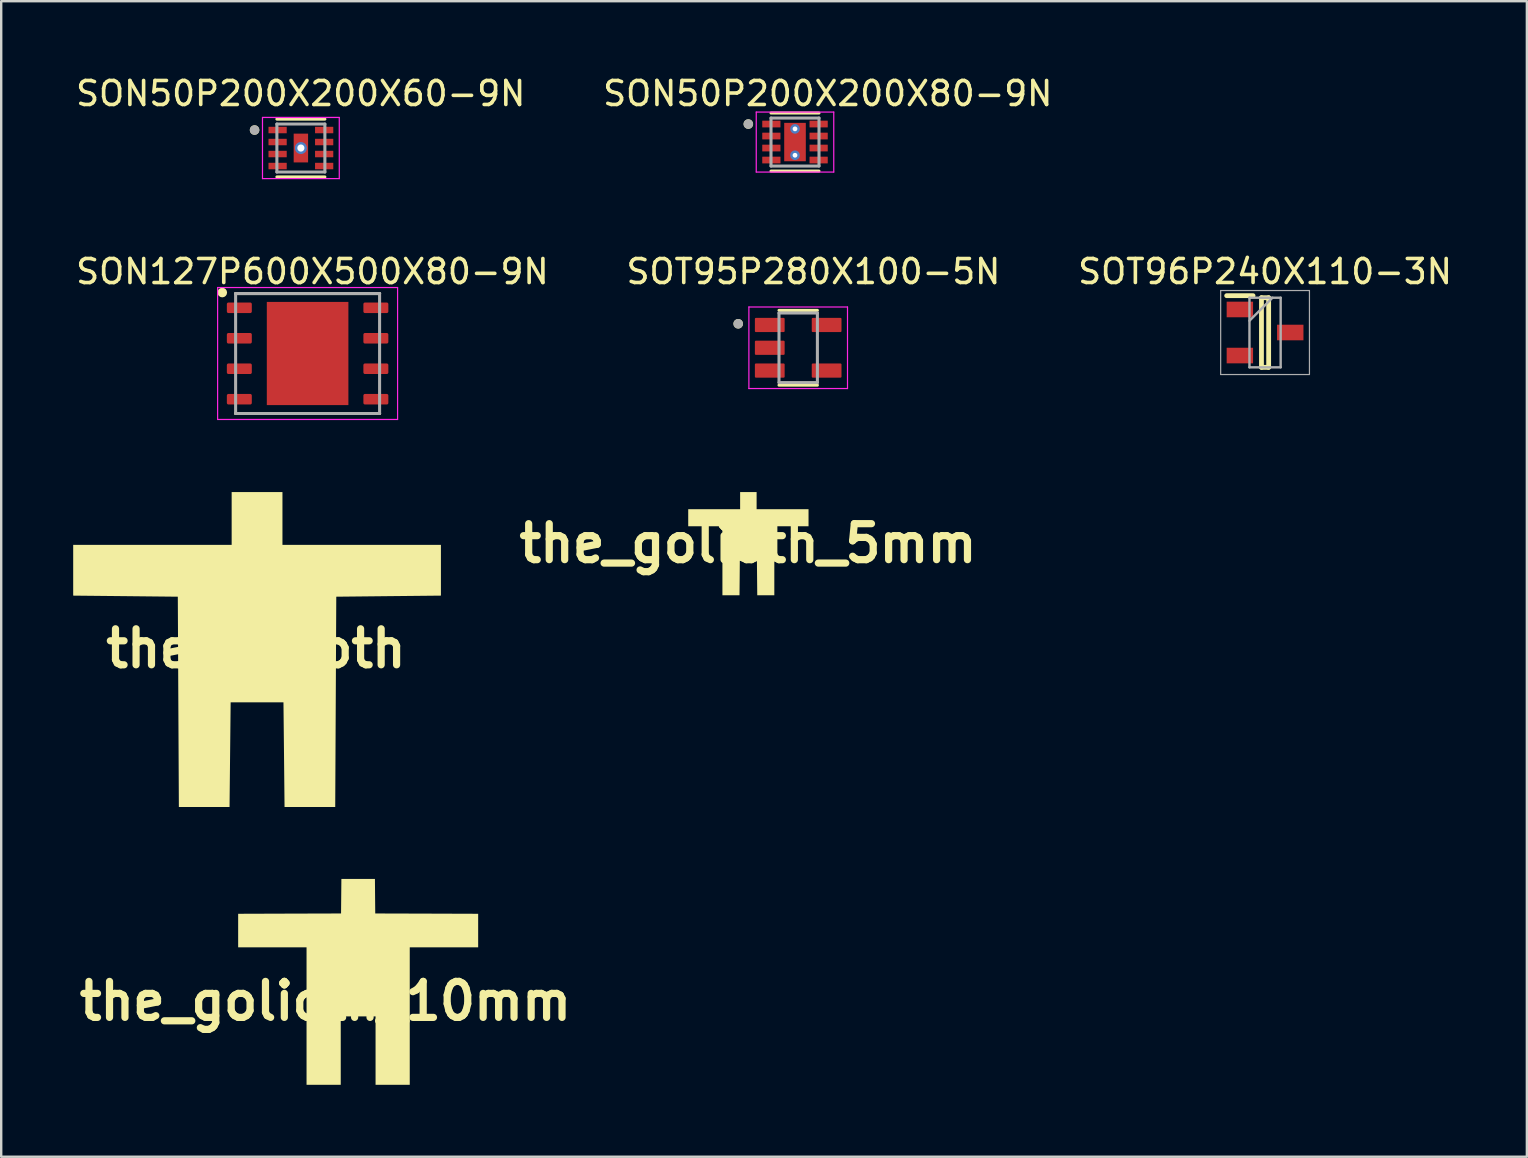
<source format=kicad_pcb>
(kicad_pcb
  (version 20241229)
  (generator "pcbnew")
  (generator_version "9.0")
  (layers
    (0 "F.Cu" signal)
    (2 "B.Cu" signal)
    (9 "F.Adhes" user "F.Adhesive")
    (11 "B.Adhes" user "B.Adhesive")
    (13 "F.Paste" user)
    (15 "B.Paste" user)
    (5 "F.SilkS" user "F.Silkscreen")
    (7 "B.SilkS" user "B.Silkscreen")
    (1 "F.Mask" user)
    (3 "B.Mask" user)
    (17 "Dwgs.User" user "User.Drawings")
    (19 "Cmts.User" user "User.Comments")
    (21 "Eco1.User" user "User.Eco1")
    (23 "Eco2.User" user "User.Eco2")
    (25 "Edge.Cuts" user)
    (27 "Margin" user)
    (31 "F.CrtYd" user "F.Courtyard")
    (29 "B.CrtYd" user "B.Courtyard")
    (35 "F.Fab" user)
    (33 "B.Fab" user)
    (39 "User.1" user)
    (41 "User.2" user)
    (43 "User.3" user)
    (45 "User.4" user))
  (footprint "the_golioth"
    (layer "F.Cu")
    (at 7.62 23.976)
    (property "Reference" "the_golioth" (at 0 0 0) (layer "F.SilkS") (effects (font (size 1.5 1.5) (thickness 0.3))))
    (attr board_only exclude_from_pos_files exclude_from_bom)
    (fp_poly (pts (xy 1.101 -5.419) (xy 1.101 -4.318) (xy 4.403 -4.318) (xy 7.705 -4.318) (xy 7.705 -3.261) (xy 7.705 -2.204) (xy 5.524 -2.182) (xy 3.344 -2.159) (xy 3.322 2.223) (xy 3.3 6.604) (xy 2.244 6.604) (xy 1.188 6.604) (xy 1.166 4.424) (xy 1.143 2.244) (xy 0.042 2.244) (xy -1.058 2.244) (xy -1.081 4.424) (xy -1.104 6.604) (xy -2.16 6.604) (xy -3.216 6.604) (xy -3.238 2.223) (xy -3.26 -2.159) (xy -5.44 -2.182) (xy -7.62 -2.204) (xy -7.62 -3.261) (xy -7.62 -4.318) (xy -4.318 -4.318) (xy -1.016 -4.318) (xy -1.016 -5.419) (xy -1.016 -6.519) (xy 0.042 -6.519) (xy 1.101 -6.519)) (stroke (width 0) (type solid)) (fill yes) (layer "F.SilkS")))
  (footprint "SON50P200X200X80-9N"
    (layer "F.Cu")
    (at 30.081 2.87)
    (property "Reference" "SON50P200X200X80-9N" (at 1.365 -2.022 0) (layer "F.SilkS") (effects (font (size 1 1) (thickness 0.15))))
    (attr smd)
    (fp_line (start -1 -1.21) (end 1 -1.21) (stroke (width 0.127) (type solid)) (layer "F.SilkS"))
    (fp_line (start -1 1.21) (end 1 1.21) (stroke (width 0.127) (type solid)) (layer "F.SilkS"))
    (fp_circle (center -1.945 -0.75) (end -1.845 -0.75) (stroke (width 0.2) (type solid)) (fill no) (layer "F.SilkS"))
    (fp_poly (pts (xy -0.45 -0.8) (xy 0.45 -0.8) (xy 0.45 -0.1) (xy -0.45 -0.1)) (stroke (width 0.01) (type solid)) (fill yes) (layer "F.Paste"))
    (fp_poly (pts (xy -0.45 0.1) (xy 0.45 0.1) (xy 0.45 0.8) (xy -0.45 0.8)) (stroke (width 0.01) (type solid)) (fill yes) (layer "F.Paste"))
    (fp_line (start -1.615 -1.25) (end -1.615 1.25) (stroke (width 0.05) (type solid)) (layer "F.CrtYd"))
    (fp_line (start -1.615 -1.25) (end 1.615 -1.25) (stroke (width 0.05) (type solid)) (layer "F.CrtYd"))
    (fp_line (start -1.615 1.25) (end 1.615 1.25) (stroke (width 0.05) (type solid)) (layer "F.CrtYd"))
    (fp_line (start 1.615 -1.25) (end 1.615 1.25) (stroke (width 0.05) (type solid)) (layer "F.CrtYd"))
    (fp_line (start -1 -1) (end -1 1) (stroke (width 0.127) (type solid)) (layer "F.Fab"))
    (fp_line (start -1 -1) (end 1 -1) (stroke (width 0.127) (type solid)) (layer "F.Fab"))
    (fp_line (start -1 1) (end 1 1) (stroke (width 0.127) (type solid)) (layer "F.Fab"))
    (fp_line (start 1 -1) (end 1 1) (stroke (width 0.127) (type solid)) (layer "F.Fab"))
    (fp_circle (center -1.945 -0.75) (end -1.845 -0.75) (stroke (width 0.2) (type solid)) (fill no) (layer "F.Fab"))
    (pad "1" smd roundrect (at -0.985 -0.75) (size 0.76 0.28) (layers "F.Cu" "F.Mask" "F.Paste") (roundrect_rratio 0.04))
    (pad "2" smd roundrect (at -0.985 -0.25) (size 0.76 0.28) (layers "F.Cu" "F.Mask" "F.Paste") (roundrect_rratio 0.04))
    (pad "3" smd roundrect (at -0.985 0.25) (size 0.76 0.28) (layers "F.Cu" "F.Mask" "F.Paste") (roundrect_rratio 0.04))
    (pad "4" smd roundrect (at -0.985 0.75) (size 0.76 0.28) (layers "F.Cu" "F.Mask" "F.Paste") (roundrect_rratio 0.04))
    (pad "5" smd roundrect (at 0.985 0.75) (size 0.76 0.28) (layers "F.Cu" "F.Mask" "F.Paste") (roundrect_rratio 0.04))
    (pad "6" smd roundrect (at 0.985 0.25) (size 0.76 0.28) (layers "F.Cu" "F.Mask" "F.Paste") (roundrect_rratio 0.04))
    (pad "7" smd roundrect (at 0.985 -0.25) (size 0.76 0.28) (layers "F.Cu" "F.Mask" "F.Paste") (roundrect_rratio 0.04))
    (pad "8" smd roundrect (at 0.985 -0.75) (size 0.76 0.28) (layers "F.Cu" "F.Mask" "F.Paste") (roundrect_rratio 0.04))
    (pad "9" smd rect (at 0 0) (size 0.9 1.6) (layers "F.Cu" "F.Mask"))
    (pad "10" thru_hole circle (at 0 -0.55) (size 0.4 0.4) (drill 0.2) (layers "*.Cu"))
    (pad "11" thru_hole circle (at 0 0.55) (size 0.4 0.4) (drill 0.2) (layers "*.Cu")))
  (footprint "the_golioth_10mm"
    (layer "F.Cu")
    (at 10.514 38.67)
    (property "Reference" "the_golioth_10mm" (at 0 0 0) (layer "F.SilkS") (effects (font (size 1.5 1.5) (thickness 0.3))))
    (attr board_only exclude_from_pos_files exclude_from_bom)
    (fp_poly (pts (xy 2.067 -4.371) (xy 2.074 -3.652) (xy 4.218 -3.646) (xy 6.363 -3.639) (xy 6.363 -2.939) (xy 6.363 -2.24) (xy 4.937 -2.24) (xy 3.512 -2.24) (xy 3.512 0.624) (xy 3.512 3.487) (xy 2.8 3.487) (xy 2.087 3.487) (xy 2.087 2.062) (xy 2.087 0.636) (xy 1.362 0.636) (xy 0.636 0.636) (xy 0.636 2.062) (xy 0.636 3.487) (xy -0.076 3.487) (xy -0.789 3.487) (xy -0.789 0.624) (xy -0.789 -2.24) (xy -2.214 -2.24) (xy -3.639 -2.24) (xy -3.639 -2.939) (xy -3.639 -3.639) (xy -1.495 -3.646) (xy 0.649 -3.652) (xy 0.656 -4.371) (xy 0.663 -5.09) (xy 1.362 -5.09) (xy 2.061 -5.09)) (stroke (width 0) (type solid)) (fill yes) (layer "F.SilkS")))
  (footprint "SOT96P240X110-3N"
    (layer "F.Cu")
    (at 49.67 10.807)
    (property "Reference" "SOT96P240X110-3N" (at 0 -2.54 0) (layer "F.SilkS") (effects (font (size 1 1) (thickness 0.15))))
    (attr smd)
    (fp_line (start -1.6 -1.535) (end -0.5 -1.535) (stroke (width 0.2) (type solid)) (layer "F.SilkS"))
    (fp_line (start -0.15 -1.45) (end 0.15 -1.45) (stroke (width 0.2) (type solid)) (layer "F.SilkS"))
    (fp_line (start -0.15 1.45) (end -0.15 -1.45) (stroke (width 0.2) (type solid)) (layer "F.SilkS"))
    (fp_line (start 0.15 -1.45) (end 0.15 1.45) (stroke (width 0.2) (type solid)) (layer "F.SilkS"))
    (fp_line (start 0.15 1.45) (end -0.15 1.45) (stroke (width 0.2) (type solid)) (layer "F.SilkS"))
    (fp_line (start -1.85 -1.75) (end 1.85 -1.75) (stroke (width 0.05) (type solid)) (layer "F.Fab"))
    (fp_line (start -1.85 1.75) (end -1.85 -1.75) (stroke (width 0.05) (type solid)) (layer "F.Fab"))
    (fp_line (start -0.65 -1.45) (end 0.65 -1.45) (stroke (width 0.1) (type solid)) (layer "F.Fab"))
    (fp_line (start -0.65 -0.49) (end 0.31 -1.45) (stroke (width 0.1) (type solid)) (layer "F.Fab"))
    (fp_line (start -0.65 1.45) (end -0.65 -1.45) (stroke (width 0.1) (type solid)) (layer "F.Fab"))
    (fp_line (start 0.65 -1.45) (end 0.65 1.45) (stroke (width 0.1) (type solid)) (layer "F.Fab"))
    (fp_line (start 0.65 1.45) (end -0.65 1.45) (stroke (width 0.1) (type solid)) (layer "F.Fab"))
    (fp_line (start 1.85 -1.75) (end 1.85 1.75) (stroke (width 0.05) (type solid)) (layer "F.Fab"))
    (fp_line (start 1.85 1.75) (end -1.85 1.75) (stroke (width 0.05) (type solid)) (layer "F.Fab"))
    (pad "1" smd rect (at -1.05 -0.96) (size 1.1 0.65) (layers "F.Cu" "F.Mask" "F.Paste"))
    (pad "2" smd rect (at -1.05 0.96) (size 1.1 0.65) (layers "F.Cu" "F.Mask" "F.Paste"))
    (pad "3" smd rect (at 1.05 0) (size 1.1 0.65) (layers "F.Cu" "F.Mask" "F.Paste")))
  (footprint "SON127P600X500X80-9N"
    (layer "F.Cu")
    (at 9.769 11.682)
    (property "Reference" "SON127P600X500X80-9N" (at 0.2 -3.414 0) (layer "F.SilkS") (effects (font (size 1.001 1.001) (thickness 0.15))))
    (attr smd)
    (fp_line (start -3 -2.5) (end 3 -2.5) (stroke (width 0.127) (type solid)) (layer "F.SilkS"))
    (fp_line (start -3 2.5) (end 3 2.5) (stroke (width 0.127) (type solid)) (layer "F.SilkS"))
    (fp_circle (center -3.556 -2.54) (end -3.456 -2.54) (stroke (width 0.2) (type solid)) (fill no) (layer "F.SilkS"))
    (fp_poly (pts (xy -1.076 -1.36) (xy 1.075 -1.36) (xy 1.075 1.361) (xy -1.076 1.361)) (stroke (width 0.01) (type solid)) (fill yes) (layer "F.Paste"))
    (fp_line (start -3.75 -2.75) (end 3.75 -2.75) (stroke (width 0.05) (type solid)) (layer "F.CrtYd"))
    (fp_line (start -3.75 2.75) (end -3.75 -2.75) (stroke (width 0.05) (type solid)) (layer "F.CrtYd"))
    (fp_line (start 3.75 -2.75) (end 3.75 2.75) (stroke (width 0.05) (type solid)) (layer "F.CrtYd"))
    (fp_line (start 3.75 2.75) (end -3.75 2.75) (stroke (width 0.05) (type solid)) (layer "F.CrtYd"))
    (fp_line (start -3 -2.5) (end 3 -2.5) (stroke (width 0.127) (type solid)) (layer "F.Fab"))
    (fp_line (start -3 2.5) (end -3 -2.5) (stroke (width 0.127) (type solid)) (layer "F.Fab"))
    (fp_line (start 3 -2.5) (end 3 2.5) (stroke (width 0.127) (type solid)) (layer "F.Fab"))
    (fp_line (start 3 2.5) (end -3 2.5) (stroke (width 0.127) (type solid)) (layer "F.Fab"))
    (pad "1" smd roundrect (at -2.845 -1.905) (size 1.04 0.44) (layers "F.Cu" "F.Mask" "F.Paste") (roundrect_rratio 0.15))
    (pad "2" smd roundrect (at -2.845 -0.635) (size 1.04 0.44) (layers "F.Cu" "F.Mask" "F.Paste") (roundrect_rratio 0.15))
    (pad "3" smd roundrect (at -2.845 0.635) (size 1.04 0.44) (layers "F.Cu" "F.Mask" "F.Paste") (roundrect_rratio 0.15))
    (pad "4" smd roundrect (at -2.845 1.905) (size 1.04 0.44) (layers "F.Cu" "F.Mask" "F.Paste") (roundrect_rratio 0.15))
    (pad "5" smd roundrect (at 2.845 1.905) (size 1.04 0.44) (layers "F.Cu" "F.Mask" "F.Paste") (roundrect_rratio 0.15))
    (pad "6" smd roundrect (at 2.845 0.635) (size 1.04 0.44) (layers "F.Cu" "F.Mask" "F.Paste") (roundrect_rratio 0.15))
    (pad "7" smd roundrect (at 2.845 -0.635) (size 1.04 0.44) (layers "F.Cu" "F.Mask" "F.Paste") (roundrect_rratio 0.15))
    (pad "8" smd roundrect (at 2.845 -1.905) (size 1.04 0.44) (layers "F.Cu" "F.Mask" "F.Paste") (roundrect_rratio 0.15))
    (pad "9" smd rect (at 0 0) (size 3.4 4.3) (layers "F.Cu" "F.Mask")))
  (footprint "SON50P200X200X60-9N"
    (layer "F.Cu")
    (at 9.489 3.119)
    (property "Reference" "SON50P200X200X60-9N" (at -0.007 -2.271 0) (layer "F.SilkS") (effects (font (size 1 1) (thickness 0.15))))
    (attr smd)
    (fp_line (start -1 -1.205) (end 1 -1.205) (stroke (width 0.127) (type solid)) (layer "F.SilkS"))
    (fp_line (start -1 1.205) (end 1 1.205) (stroke (width 0.127) (type solid)) (layer "F.SilkS"))
    (fp_circle (center -1.93 -0.75) (end -1.83 -0.75) (stroke (width 0.2) (type solid)) (fill no) (layer "F.SilkS"))
    (fp_poly (pts (xy -0.2 -0.45) (xy 0.2 -0.45) (xy 0.2 0.45) (xy -0.2 0.45)) (stroke (width 0.01) (type solid)) (fill yes) (layer "F.Paste"))
    (fp_line (start -1.6 -1.275) (end -1.6 1.275) (stroke (width 0.05) (type solid)) (layer "F.CrtYd"))
    (fp_line (start -1.6 -1.275) (end 1.6 -1.275) (stroke (width 0.05) (type solid)) (layer "F.CrtYd"))
    (fp_line (start -1.6 1.275) (end 1.6 1.275) (stroke (width 0.05) (type solid)) (layer "F.CrtYd"))
    (fp_line (start 1.6 -1.275) (end 1.6 1.275) (stroke (width 0.05) (type solid)) (layer "F.CrtYd"))
    (fp_line (start -1 -1) (end -1 1) (stroke (width 0.127) (type solid)) (layer "F.Fab"))
    (fp_line (start -1 -1) (end 1 -1) (stroke (width 0.127) (type solid)) (layer "F.Fab"))
    (fp_line (start -1 1) (end 1 1) (stroke (width 0.127) (type solid)) (layer "F.Fab"))
    (fp_line (start 1 -1) (end 1 1) (stroke (width 0.127) (type solid)) (layer "F.Fab"))
    (fp_circle (center -1.93 -0.75) (end -1.83 -0.75) (stroke (width 0.2) (type solid)) (fill no) (layer "F.Fab"))
    (pad "1" smd roundrect (at -0.97 -0.75) (size 0.76 0.27) (layers "F.Cu" "F.Mask" "F.Paste") (roundrect_rratio 0.03))
    (pad "2" smd roundrect (at -0.97 -0.25) (size 0.76 0.27) (layers "F.Cu" "F.Mask" "F.Paste") (roundrect_rratio 0.03))
    (pad "3" smd roundrect (at -0.97 0.25) (size 0.76 0.27) (layers "F.Cu" "F.Mask" "F.Paste") (roundrect_rratio 0.03))
    (pad "4" smd roundrect (at -0.97 0.75) (size 0.76 0.27) (layers "F.Cu" "F.Mask" "F.Paste") (roundrect_rratio 0.03))
    (pad "5" smd roundrect (at 0.97 0.75) (size 0.76 0.27) (layers "F.Cu" "F.Mask" "F.Paste") (roundrect_rratio 0.03))
    (pad "6" smd roundrect (at 0.97 0.25) (size 0.76 0.27) (layers "F.Cu" "F.Mask" "F.Paste") (roundrect_rratio 0.03))
    (pad "7" smd roundrect (at 0.97 -0.25) (size 0.76 0.27) (layers "F.Cu" "F.Mask" "F.Paste") (roundrect_rratio 0.03))
    (pad "8" smd roundrect (at 0.97 -0.75) (size 0.76 0.27) (layers "F.Cu" "F.Mask" "F.Paste") (roundrect_rratio 0.03))
    (pad "9" smd rect (at 0 0) (size 0.6 1.2) (layers "F.Cu" "F.Mask"))
    (pad "10" thru_hole circle (at 0 0) (size 0.5 0.5) (drill 0.3) (layers "*.Cu")))
  (footprint "SOT95P280X100-5N"
    (layer "F.Cu")
    (at 30.214 11.443)
    (property "Reference" "SOT95P280X100-5N" (at 0.635 -3.175 0) (layer "F.SilkS") (effects (font (size 1 1) (thickness 0.15))))
    (attr smd)
    (fp_line (start -0.8 1.558) (end 0.8 1.558) (stroke (width 0.127) (type solid)) (layer "F.SilkS"))
    (fp_line (start 0.8 -1.558) (end -0.8 -1.558) (stroke (width 0.127) (type solid)) (layer "F.SilkS"))
    (fp_circle (center -2.5 -1) (end -2.4 -1) (stroke (width 0.2) (type solid)) (fill no) (layer "F.SilkS"))
    (fp_line (start -2.055 -1.7) (end 2.055 -1.7) (stroke (width 0.05) (type solid)) (layer "F.CrtYd"))
    (fp_line (start -2.055 1.7) (end -2.055 -1.7) (stroke (width 0.05) (type solid)) (layer "F.CrtYd"))
    (fp_line (start 2.055 -1.7) (end 2.055 1.7) (stroke (width 0.05) (type solid)) (layer "F.CrtYd"))
    (fp_line (start 2.055 1.7) (end -2.055 1.7) (stroke (width 0.05) (type solid)) (layer "F.CrtYd"))
    (fp_line (start -0.8 -1.45) (end -0.8 1.45) (stroke (width 0.127) (type solid)) (layer "F.Fab"))
    (fp_line (start -0.8 1.45) (end 0.8 1.45) (stroke (width 0.127) (type solid)) (layer "F.Fab"))
    (fp_line (start 0.8 -1.45) (end -0.8 -1.45) (stroke (width 0.127) (type solid)) (layer "F.Fab"))
    (fp_line (start 0.8 1.45) (end 0.8 -1.45) (stroke (width 0.127) (type solid)) (layer "F.Fab"))
    (fp_circle (center -2.5 -1) (end -2.4 -1) (stroke (width 0.2) (type solid)) (fill no) (layer "F.Fab"))
    (pad "1" smd roundrect (at -1.185 -0.95) (size 1.24 0.59) (layers "F.Cu" "F.Mask" "F.Paste") (roundrect_rratio 0.07))
    (pad "2" smd roundrect (at -1.185 0) (size 1.24 0.59) (layers "F.Cu" "F.Mask" "F.Paste") (roundrect_rratio 0.07))
    (pad "3" smd roundrect (at -1.185 0.95) (size 1.24 0.59) (layers "F.Cu" "F.Mask" "F.Paste") (roundrect_rratio 0.07))
    (pad "4" smd roundrect (at 1.185 0.95) (size 1.24 0.59) (layers "F.Cu" "F.Mask" "F.Paste") (roundrect_rratio 0.07))
    (pad "5" smd roundrect (at 1.185 -0.95) (size 1.24 0.59) (layers "F.Cu" "F.Mask" "F.Paste") (roundrect_rratio 0.07)))
  (footprint "the_golioth_5mm"
    (layer "F.Cu")
    (at 28.125 19.595)
    (property "Reference" "the_golioth_5mm" (at 0 0 0) (layer "F.SilkS") (effects (font (size 1.5 1.5) (thickness 0.3))))
    (attr board_only exclude_from_pos_files exclude_from_bom)
    (fp_poly (pts (xy 0.356 -1.782) (xy 0.356 -1.425) (xy 1.438 -1.425) (xy 2.52 -1.425) (xy 2.52 -1.069) (xy 2.52 -0.713) (xy 1.807 -0.713) (xy 1.094 -0.713) (xy 1.094 0.725) (xy 1.094 2.163) (xy 0.738 2.163) (xy 0.383 2.163) (xy 0.376 1.444) (xy 0.369 0.725) (xy 0.013 0.725) (xy -0.344 0.725) (xy -0.35 1.444) (xy -0.357 2.163) (xy -0.713 2.163) (xy -1.069 2.163) (xy -1.069 0.725) (xy -1.069 -0.713) (xy -1.782 -0.713) (xy -2.494 -0.713) (xy -2.494 -1.069) (xy -2.494 -1.425) (xy -1.413 -1.425) (xy -0.331 -1.425) (xy -0.331 -1.782) (xy -0.331 -2.138) (xy 0.013 -2.138) (xy 0.356 -2.138)) (stroke (width 0) (type solid)) (fill yes) (layer "F.SilkS")))
  (gr_rect
    (start -3 -3)
    (end 60.581 45.157)
    (stroke (width 0.1) (type default))
    (fill no)
    (layer "Edge.Cuts")))
</source>
